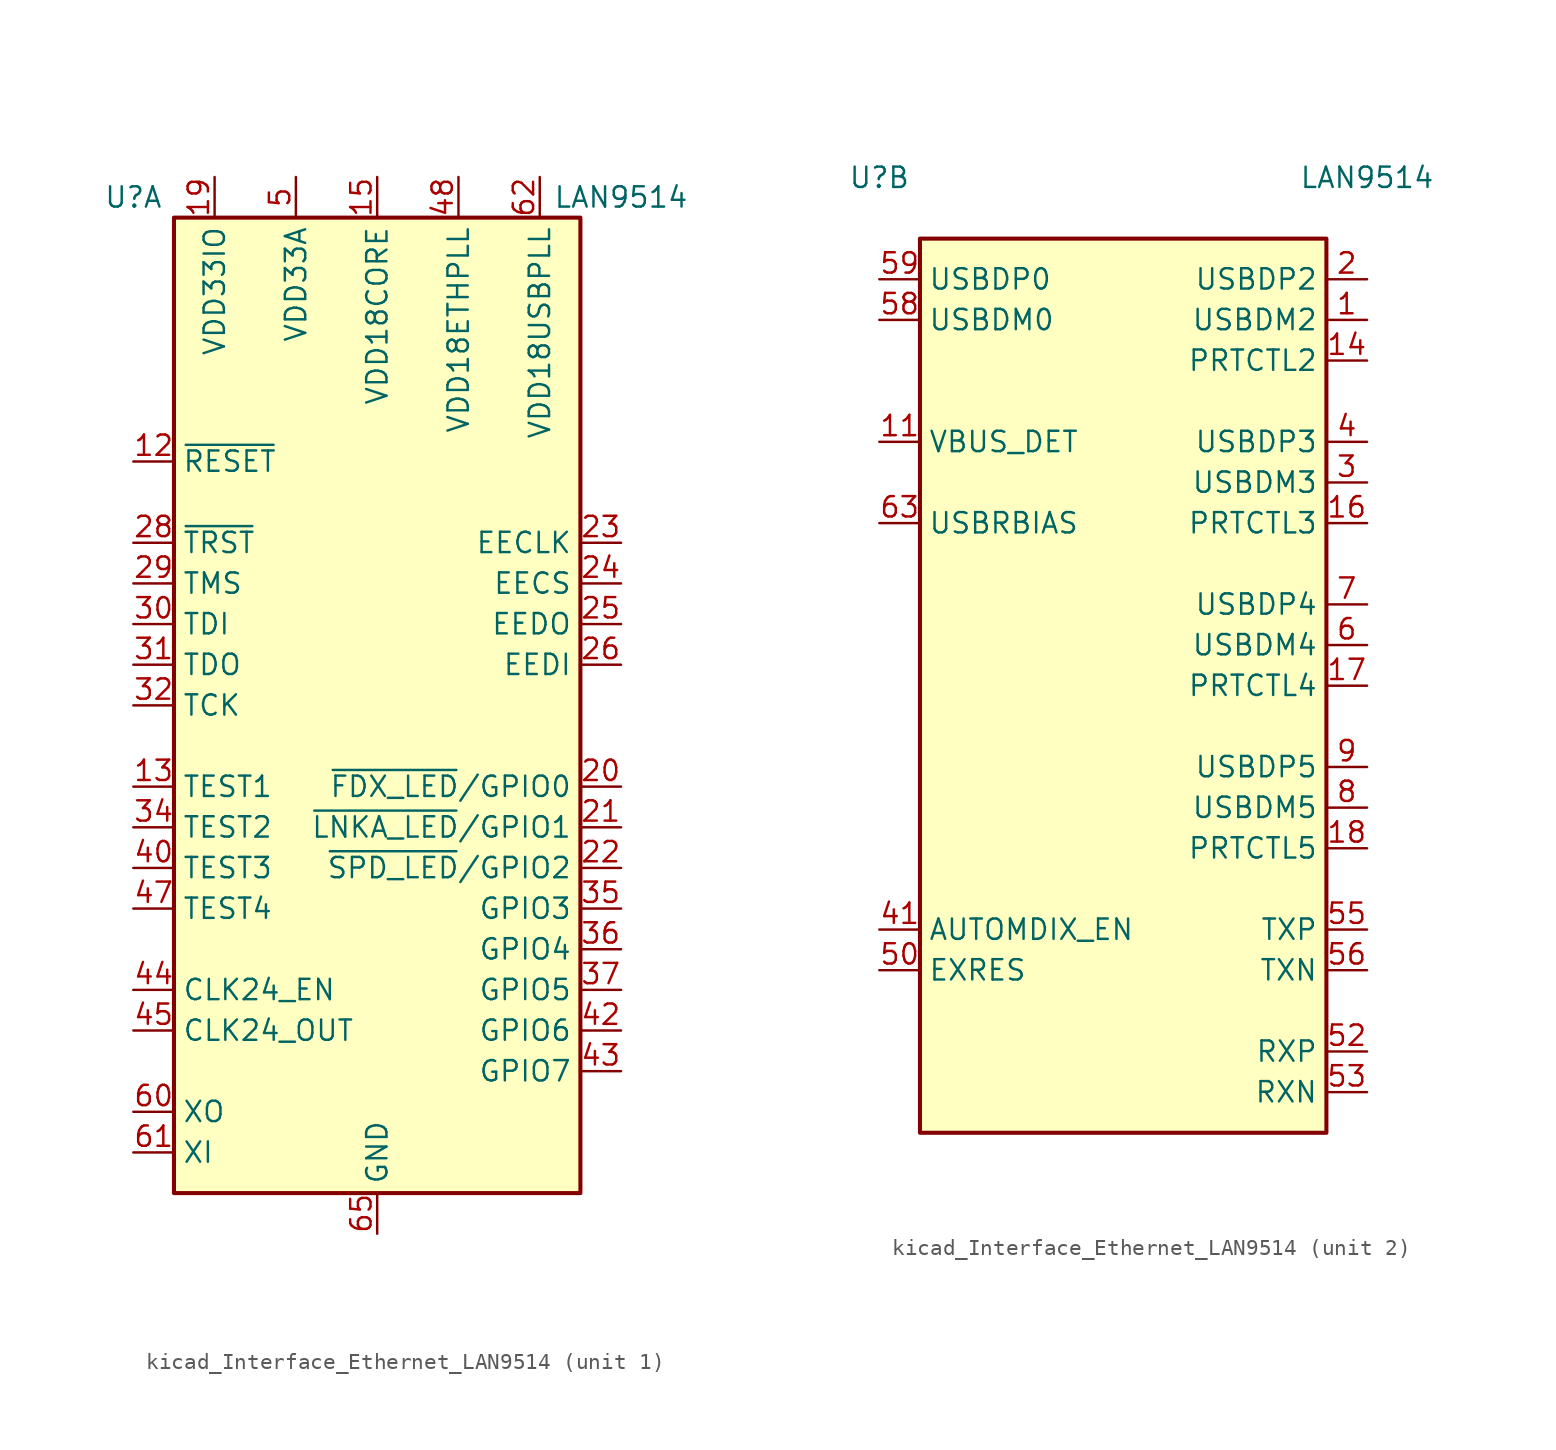
<source format=kicad_sym>
(kicad_symbol_lib
  (version 20220914)
  (generator kicad_symbol_editor)
  (symbol "kicad_Interface_Ethernet_LAN9514"
    (property "Reference" "U"
      (at -15.24 31.75 0)
      (effects (font (size 1.27 1.27))))
    (property "Value" "LAN9514"
      (at 15.24 31.75 0)
      (effects (font (size 1.27 1.27))))
    (property "ki_locked" ""
      (at 0 0 0)
      (effects (font (size 1.27 1.27))))
    (symbol "kicad_Interface_Ethernet_LAN9514_1_1"
      (rectangle (start -12.7 30.48) (end 12.7 -30.48) (stroke (width 0.254) (type default)) (fill (type background)))
      (pin passive line (at -5.08 33.02 270) (length 2.54) hide (name "VDD33A" (effects (font (size 1.27 1.27)))) (number "10" (effects (font (size 1.27 1.27)))))
      (pin input line (at -15.24 15.24 0) (length 2.54) (name "~{RESET}" (effects (font (size 1.27 1.27)))) (number "12" (effects (font (size 1.27 1.27)))))
      (pin input line (at -15.24 -5.08 0) (length 2.54) (name "TEST1" (effects (font (size 1.27 1.27)))) (number "13" (effects (font (size 1.27 1.27)))))
      (pin power_in line (at 0 33.02 270) (length 2.54) (name "VDD18CORE" (effects (font (size 1.27 1.27)))) (number "15" (effects (font (size 1.27 1.27)))))
      (pin power_in line (at -10.16 33.02 270) (length 2.54) (name "VDD33IO" (effects (font (size 1.27 1.27)))) (number "19" (effects (font (size 1.27 1.27)))))
      (pin bidirectional line (at 15.24 -5.08 180) (length 2.54) (name "~{FDX_LED}/GPIO0" (effects (font (size 1.27 1.27)))) (number "20" (effects (font (size 1.27 1.27)))))
      (pin bidirectional line (at 15.24 -7.62 180) (length 2.54) (name "~{LNKA_LED}/GPIO1" (effects (font (size 1.27 1.27)))) (number "21" (effects (font (size 1.27 1.27)))))
      (pin bidirectional line (at 15.24 -10.16 180) (length 2.54) (name "~{SPD_LED}/GPIO2" (effects (font (size 1.27 1.27)))) (number "22" (effects (font (size 1.27 1.27)))))
      (pin output line (at 15.24 10.16 180) (length 2.54) (name "EECLK" (effects (font (size 1.27 1.27)))) (number "23" (effects (font (size 1.27 1.27)))))
      (pin output line (at 15.24 7.62 180) (length 2.54) (name "EECS" (effects (font (size 1.27 1.27)))) (number "24" (effects (font (size 1.27 1.27)))))
      (pin output line (at 15.24 5.08 180) (length 2.54) (name "EEDO" (effects (font (size 1.27 1.27)))) (number "25" (effects (font (size 1.27 1.27)))))
      (pin input line (at 15.24 2.54 180) (length 2.54) (name "EEDI" (effects (font (size 1.27 1.27)))) (number "26" (effects (font (size 1.27 1.27)))))
      (pin passive line (at -10.16 33.02 270) (length 2.54) hide (name "VDD33IO" (effects (font (size 1.27 1.27)))) (number "27" (effects (font (size 1.27 1.27)))))
      (pin input line (at -15.24 10.16 0) (length 2.54) (name "~{TRST}" (effects (font (size 1.27 1.27)))) (number "28" (effects (font (size 1.27 1.27)))))
      (pin input line (at -15.24 7.62 0) (length 2.54) (name "TMS" (effects (font (size 1.27 1.27)))) (number "29" (effects (font (size 1.27 1.27)))))
      (pin input line (at -15.24 5.08 0) (length 2.54) (name "TDI" (effects (font (size 1.27 1.27)))) (number "30" (effects (font (size 1.27 1.27)))))
      (pin output line (at -15.24 2.54 0) (length 2.54) (name "TDO" (effects (font (size 1.27 1.27)))) (number "31" (effects (font (size 1.27 1.27)))))
      (pin input line (at -15.24 0 0) (length 2.54) (name "TCK" (effects (font (size 1.27 1.27)))) (number "32" (effects (font (size 1.27 1.27)))))
      (pin passive line (at -10.16 33.02 270) (length 2.54) hide (name "VDD33IO" (effects (font (size 1.27 1.27)))) (number "33" (effects (font (size 1.27 1.27)))))
      (pin input line (at -15.24 -7.62 0) (length 2.54) (name "TEST2" (effects (font (size 1.27 1.27)))) (number "34" (effects (font (size 1.27 1.27)))))
      (pin bidirectional line (at 15.24 -12.7 180) (length 2.54) (name "GPIO3" (effects (font (size 1.27 1.27)))) (number "35" (effects (font (size 1.27 1.27)))))
      (pin bidirectional line (at 15.24 -15.24 180) (length 2.54) (name "GPIO4" (effects (font (size 1.27 1.27)))) (number "36" (effects (font (size 1.27 1.27)))))
      (pin bidirectional line (at 15.24 -17.78 180) (length 2.54) (name "GPIO5" (effects (font (size 1.27 1.27)))) (number "37" (effects (font (size 1.27 1.27)))))
      (pin passive line (at 0 33.02 270) (length 2.54) hide (name "VDD18CORE" (effects (font (size 1.27 1.27)))) (number "38" (effects (font (size 1.27 1.27)))))
      (pin passive line (at -10.16 33.02 270) (length 2.54) hide (name "VDD33IO" (effects (font (size 1.27 1.27)))) (number "39" (effects (font (size 1.27 1.27)))))
      (pin input line (at -15.24 -10.16 0) (length 2.54) (name "TEST3" (effects (font (size 1.27 1.27)))) (number "40" (effects (font (size 1.27 1.27)))))
      (pin bidirectional line (at 15.24 -20.32 180) (length 2.54) (name "GPIO6" (effects (font (size 1.27 1.27)))) (number "42" (effects (font (size 1.27 1.27)))))
      (pin bidirectional line (at 15.24 -22.86 180) (length 2.54) (name "GPIO7" (effects (font (size 1.27 1.27)))) (number "43" (effects (font (size 1.27 1.27)))))
      (pin input line (at -15.24 -17.78 0) (length 2.54) (name "CLK24_EN" (effects (font (size 1.27 1.27)))) (number "44" (effects (font (size 1.27 1.27)))))
      (pin output line (at -15.24 -20.32 0) (length 2.54) (name "CLK24_OUT" (effects (font (size 1.27 1.27)))) (number "45" (effects (font (size 1.27 1.27)))))
      (pin passive line (at -10.16 33.02 270) (length 2.54) hide (name "VDD33IO" (effects (font (size 1.27 1.27)))) (number "46" (effects (font (size 1.27 1.27)))))
      (pin input line (at -15.24 -12.7 0) (length 2.54) (name "TEST4" (effects (font (size 1.27 1.27)))) (number "47" (effects (font (size 1.27 1.27)))))
      (pin power_in line (at 5.08 33.02 270) (length 2.54) (name "VDD18ETHPLL" (effects (font (size 1.27 1.27)))) (number "48" (effects (font (size 1.27 1.27)))))
      (pin passive line (at -5.08 33.02 270) (length 2.54) hide (name "VDD33A" (effects (font (size 1.27 1.27)))) (number "49" (effects (font (size 1.27 1.27)))))
      (pin power_in line (at -5.08 33.02 270) (length 2.54) (name "VDD33A" (effects (font (size 1.27 1.27)))) (number "5" (effects (font (size 1.27 1.27)))))
      (pin passive line (at -5.08 33.02 270) (length 2.54) hide (name "VDD33A" (effects (font (size 1.27 1.27)))) (number "51" (effects (font (size 1.27 1.27)))))
      (pin passive line (at -5.08 33.02 270) (length 2.54) hide (name "VDD33A" (effects (font (size 1.27 1.27)))) (number "54" (effects (font (size 1.27 1.27)))))
      (pin passive line (at -5.08 33.02 270) (length 2.54) hide (name "VDD33A" (effects (font (size 1.27 1.27)))) (number "57" (effects (font (size 1.27 1.27)))))
      (pin input line (at -15.24 -25.4 0) (length 2.54) (name "XO" (effects (font (size 1.27 1.27)))) (number "60" (effects (font (size 1.27 1.27)))))
      (pin input line (at -15.24 -27.94 0) (length 2.54) (name "XI" (effects (font (size 1.27 1.27)))) (number "61" (effects (font (size 1.27 1.27)))))
      (pin power_in line (at 10.16 33.02 270) (length 2.54) (name "VDD18USBPLL" (effects (font (size 1.27 1.27)))) (number "62" (effects (font (size 1.27 1.27)))))
      (pin passive line (at -5.08 33.02 270) (length 2.54) hide (name "VDD33A" (effects (font (size 1.27 1.27)))) (number "64" (effects (font (size 1.27 1.27)))))
      (pin power_in line (at 0 -33.02 90) (length 2.54) (name "GND" (effects (font (size 1.27 1.27)))) (number "65" (effects (font (size 1.27 1.27))))))
    (symbol "kicad_Interface_Ethernet_LAN9514_2_1"
      (rectangle (start 12.7 -27.94) (end -12.7 27.94) (stroke (width 0.254) (type default)) (fill (type background)))
      (pin bidirectional line (at 15.24 22.86 180) (length 2.54) (name "USBDM2" (effects (font (size 1.27 1.27)))) (number "1" (effects (font (size 1.27 1.27)))))
      (pin input line (at -15.24 15.24 0) (length 2.54) (name "VBUS_DET" (effects (font (size 1.27 1.27)))) (number "11" (effects (font (size 1.27 1.27)))))
      (pin bidirectional line (at 15.24 20.32 180) (length 2.54) (name "PRTCTL2" (effects (font (size 1.27 1.27)))) (number "14" (effects (font (size 1.27 1.27)))))
      (pin bidirectional line (at 15.24 10.16 180) (length 2.54) (name "PRTCTL3" (effects (font (size 1.27 1.27)))) (number "16" (effects (font (size 1.27 1.27)))))
      (pin bidirectional line (at 15.24 0 180) (length 2.54) (name "PRTCTL4" (effects (font (size 1.27 1.27)))) (number "17" (effects (font (size 1.27 1.27)))))
      (pin bidirectional line (at 15.24 -10.16 180) (length 2.54) (name "PRTCTL5" (effects (font (size 1.27 1.27)))) (number "18" (effects (font (size 1.27 1.27)))))
      (pin bidirectional line (at 15.24 25.4 180) (length 2.54) (name "USBDP2" (effects (font (size 1.27 1.27)))) (number "2" (effects (font (size 1.27 1.27)))))
      (pin bidirectional line (at 15.24 12.7 180) (length 2.54) (name "USBDM3" (effects (font (size 1.27 1.27)))) (number "3" (effects (font (size 1.27 1.27)))))
      (pin bidirectional line (at 15.24 15.24 180) (length 2.54) (name "USBDP3" (effects (font (size 1.27 1.27)))) (number "4" (effects (font (size 1.27 1.27)))))
      (pin input line (at -15.24 -15.24 0) (length 2.54) (name "AUTOMDIX_EN" (effects (font (size 1.27 1.27)))) (number "41" (effects (font (size 1.27 1.27)))))
      (pin input line (at -15.24 -17.78 0) (length 2.54) (name "EXRES" (effects (font (size 1.27 1.27)))) (number "50" (effects (font (size 1.27 1.27)))))
      (pin input line (at 15.24 -22.86 180) (length 2.54) (name "RXP" (effects (font (size 1.27 1.27)))) (number "52" (effects (font (size 1.27 1.27)))))
      (pin input line (at 15.24 -25.4 180) (length 2.54) (name "RXN" (effects (font (size 1.27 1.27)))) (number "53" (effects (font (size 1.27 1.27)))))
      (pin output line (at 15.24 -15.24 180) (length 2.54) (name "TXP" (effects (font (size 1.27 1.27)))) (number "55" (effects (font (size 1.27 1.27)))))
      (pin output line (at 15.24 -17.78 180) (length 2.54) (name "TXN" (effects (font (size 1.27 1.27)))) (number "56" (effects (font (size 1.27 1.27)))))
      (pin bidirectional line (at -15.24 22.86 0) (length 2.54) (name "USBDM0" (effects (font (size 1.27 1.27)))) (number "58" (effects (font (size 1.27 1.27)))))
      (pin bidirectional line (at -15.24 25.4 0) (length 2.54) (name "USBDP0" (effects (font (size 1.27 1.27)))) (number "59" (effects (font (size 1.27 1.27)))))
      (pin bidirectional line (at 15.24 2.54 180) (length 2.54) (name "USBDM4" (effects (font (size 1.27 1.27)))) (number "6" (effects (font (size 1.27 1.27)))))
      (pin input line (at -15.24 10.16 0) (length 2.54) (name "USBRBIAS" (effects (font (size 1.27 1.27)))) (number "63" (effects (font (size 1.27 1.27)))))
      (pin bidirectional line (at 15.24 5.08 180) (length 2.54) (name "USBDP4" (effects (font (size 1.27 1.27)))) (number "7" (effects (font (size 1.27 1.27)))))
      (pin bidirectional line (at 15.24 -7.62 180) (length 2.54) (name "USBDM5" (effects (font (size 1.27 1.27)))) (number "8" (effects (font (size 1.27 1.27)))))
      (pin bidirectional line (at 15.24 -5.08 180) (length 2.54) (name "USBDP5" (effects (font (size 1.27 1.27)))) (number "9" (effects (font (size 1.27 1.27))))))))
</source>
